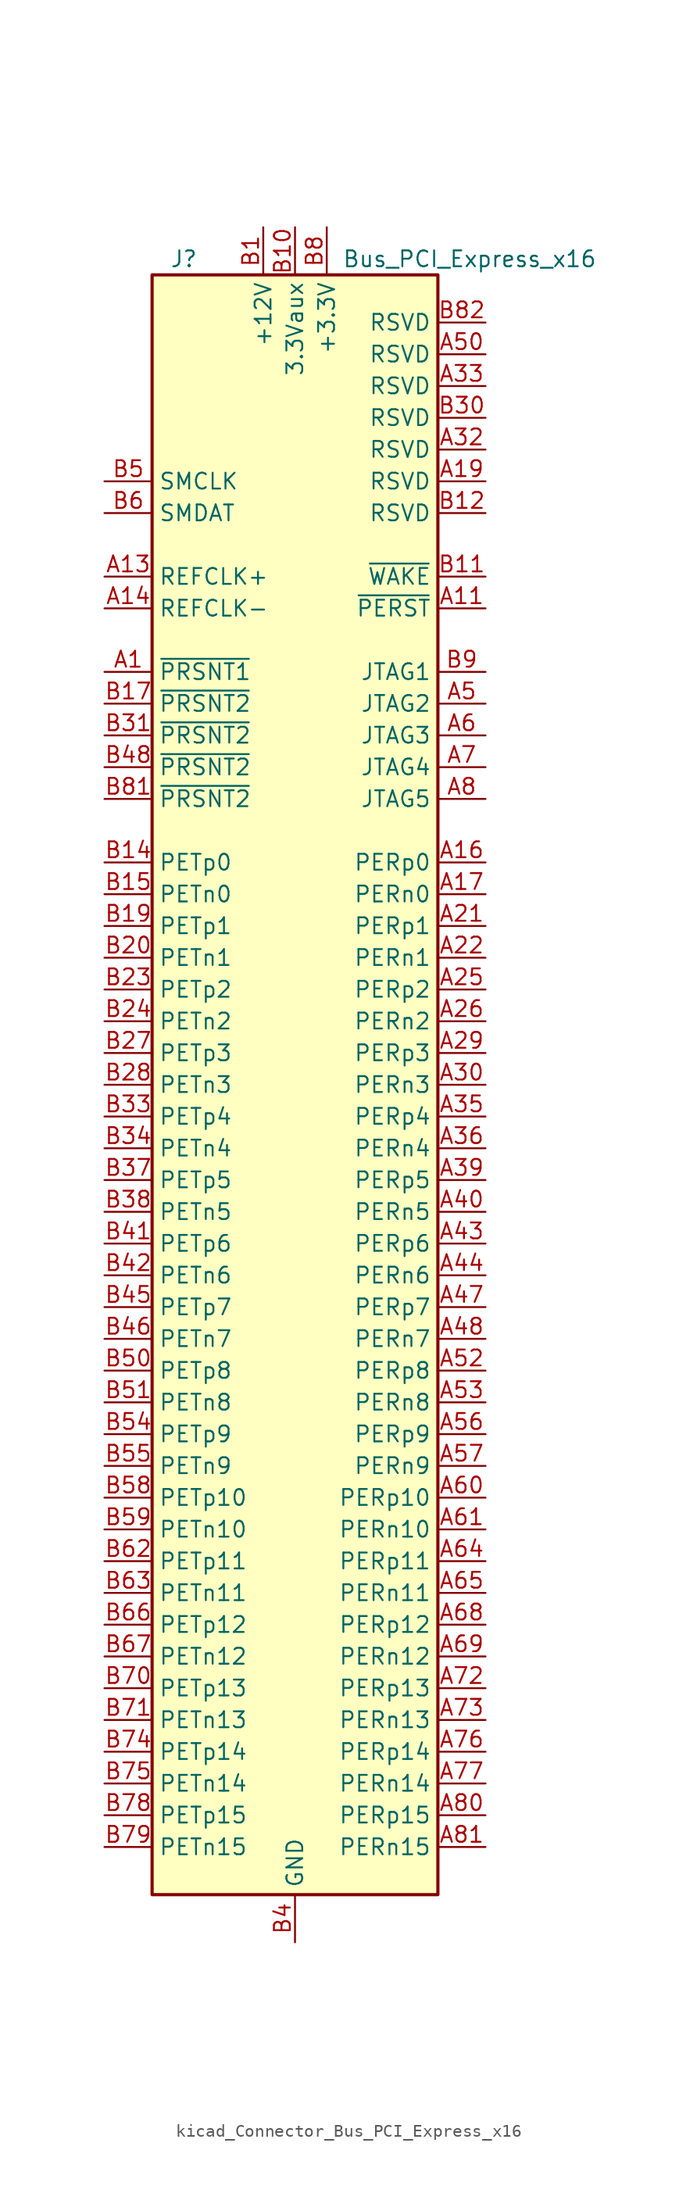
<source format=kicad_sym>
(kicad_symbol_lib
  (version 20220914)
  (generator kicad_symbol_editor)
  (symbol "kicad_Connector_Bus_PCI_Express_x16"
    (property "Reference" "J"
      (at -8.89 66.04 0)
      (effects (font (size 1.27 1.27))))
    (property "Value" "Bus_PCI_Express_x16"
      (at 13.97 66.04 0)
      (effects (font (size 1.27 1.27))))
    (symbol "kicad_Connector_Bus_PCI_Express_x16_0_1"
      (rectangle (start -11.43 64.77) (end 11.43 -64.77) (stroke (width 0.254) (type default)) (fill (type background))))
    (symbol "kicad_Connector_Bus_PCI_Express_x16_1_1"
      (pin passive line (at -15.24 33.02 0) (length 3.81) (name "~{PRSNT1}" (effects (font (size 1.27 1.27)))) (number "A1" (effects (font (size 1.27 1.27)))))
      (pin passive line (at 2.54 68.58 270) (length 3.81) hide (name "+3.3V" (effects (font (size 1.27 1.27)))) (number "A10" (effects (font (size 1.27 1.27)))))
      (pin input line (at 15.24 38.1 180) (length 3.81) (name "~{PERST}" (effects (font (size 1.27 1.27)))) (number "A11" (effects (font (size 1.27 1.27)))))
      (pin passive line (at 0 -68.58 90) (length 3.81) hide (name "GND" (effects (font (size 1.27 1.27)))) (number "A12" (effects (font (size 1.27 1.27)))))
      (pin input line (at -15.24 40.64 0) (length 3.81) (name "REFCLK+" (effects (font (size 1.27 1.27)))) (number "A13" (effects (font (size 1.27 1.27)))))
      (pin input line (at -15.24 38.1 0) (length 3.81) (name "REFCLK-" (effects (font (size 1.27 1.27)))) (number "A14" (effects (font (size 1.27 1.27)))))
      (pin passive line (at 0 -68.58 90) (length 3.81) hide (name "GND" (effects (font (size 1.27 1.27)))) (number "A15" (effects (font (size 1.27 1.27)))))
      (pin output line (at 15.24 17.78 180) (length 3.81) (name "PERp0" (effects (font (size 1.27 1.27)))) (number "A16" (effects (font (size 1.27 1.27)))))
      (pin output line (at 15.24 15.24 180) (length 3.81) (name "PERn0" (effects (font (size 1.27 1.27)))) (number "A17" (effects (font (size 1.27 1.27)))))
      (pin passive line (at 0 -68.58 90) (length 3.81) hide (name "GND" (effects (font (size 1.27 1.27)))) (number "A18" (effects (font (size 1.27 1.27)))))
      (pin passive line (at 15.24 48.26 180) (length 3.81) (name "RSVD" (effects (font (size 1.27 1.27)))) (number "A19" (effects (font (size 1.27 1.27)))))
      (pin passive line (at -2.54 68.58 270) (length 3.81) hide (name "+12V" (effects (font (size 1.27 1.27)))) (number "A2" (effects (font (size 1.27 1.27)))))
      (pin passive line (at 0 -68.58 90) (length 3.81) hide (name "GND" (effects (font (size 1.27 1.27)))) (number "A20" (effects (font (size 1.27 1.27)))))
      (pin output line (at 15.24 12.7 180) (length 3.81) (name "PERp1" (effects (font (size 1.27 1.27)))) (number "A21" (effects (font (size 1.27 1.27)))))
      (pin output line (at 15.24 10.16 180) (length 3.81) (name "PERn1" (effects (font (size 1.27 1.27)))) (number "A22" (effects (font (size 1.27 1.27)))))
      (pin passive line (at 0 -68.58 90) (length 3.81) hide (name "GND" (effects (font (size 1.27 1.27)))) (number "A23" (effects (font (size 1.27 1.27)))))
      (pin passive line (at 0 -68.58 90) (length 3.81) hide (name "GND" (effects (font (size 1.27 1.27)))) (number "A24" (effects (font (size 1.27 1.27)))))
      (pin output line (at 15.24 7.62 180) (length 3.81) (name "PERp2" (effects (font (size 1.27 1.27)))) (number "A25" (effects (font (size 1.27 1.27)))))
      (pin output line (at 15.24 5.08 180) (length 3.81) (name "PERn2" (effects (font (size 1.27 1.27)))) (number "A26" (effects (font (size 1.27 1.27)))))
      (pin passive line (at 0 -68.58 90) (length 3.81) hide (name "GND" (effects (font (size 1.27 1.27)))) (number "A27" (effects (font (size 1.27 1.27)))))
      (pin passive line (at 0 -68.58 90) (length 3.81) hide (name "GND" (effects (font (size 1.27 1.27)))) (number "A28" (effects (font (size 1.27 1.27)))))
      (pin output line (at 15.24 2.54 180) (length 3.81) (name "PERp3" (effects (font (size 1.27 1.27)))) (number "A29" (effects (font (size 1.27 1.27)))))
      (pin passive line (at -2.54 68.58 270) (length 3.81) hide (name "+12V" (effects (font (size 1.27 1.27)))) (number "A3" (effects (font (size 1.27 1.27)))))
      (pin output line (at 15.24 0 180) (length 3.81) (name "PERn3" (effects (font (size 1.27 1.27)))) (number "A30" (effects (font (size 1.27 1.27)))))
      (pin passive line (at 0 -68.58 90) (length 3.81) hide (name "GND" (effects (font (size 1.27 1.27)))) (number "A31" (effects (font (size 1.27 1.27)))))
      (pin passive line (at 15.24 50.8 180) (length 3.81) (name "RSVD" (effects (font (size 1.27 1.27)))) (number "A32" (effects (font (size 1.27 1.27)))))
      (pin passive line (at 15.24 55.88 180) (length 3.81) (name "RSVD" (effects (font (size 1.27 1.27)))) (number "A33" (effects (font (size 1.27 1.27)))))
      (pin passive line (at 0 -68.58 90) (length 3.81) hide (name "GND" (effects (font (size 1.27 1.27)))) (number "A34" (effects (font (size 1.27 1.27)))))
      (pin output line (at 15.24 -2.54 180) (length 3.81) (name "PERp4" (effects (font (size 1.27 1.27)))) (number "A35" (effects (font (size 1.27 1.27)))))
      (pin output line (at 15.24 -5.08 180) (length 3.81) (name "PERn4" (effects (font (size 1.27 1.27)))) (number "A36" (effects (font (size 1.27 1.27)))))
      (pin passive line (at 0 -68.58 90) (length 3.81) hide (name "GND" (effects (font (size 1.27 1.27)))) (number "A37" (effects (font (size 1.27 1.27)))))
      (pin passive line (at 0 -68.58 90) (length 3.81) hide (name "GND" (effects (font (size 1.27 1.27)))) (number "A38" (effects (font (size 1.27 1.27)))))
      (pin output line (at 15.24 -7.62 180) (length 3.81) (name "PERp5" (effects (font (size 1.27 1.27)))) (number "A39" (effects (font (size 1.27 1.27)))))
      (pin passive line (at 0 -68.58 90) (length 3.81) hide (name "GND" (effects (font (size 1.27 1.27)))) (number "A4" (effects (font (size 1.27 1.27)))))
      (pin output line (at 15.24 -10.16 180) (length 3.81) (name "PERn5" (effects (font (size 1.27 1.27)))) (number "A40" (effects (font (size 1.27 1.27)))))
      (pin passive line (at 0 -68.58 90) (length 3.81) hide (name "GND" (effects (font (size 1.27 1.27)))) (number "A41" (effects (font (size 1.27 1.27)))))
      (pin passive line (at 0 -68.58 90) (length 3.81) hide (name "GND" (effects (font (size 1.27 1.27)))) (number "A42" (effects (font (size 1.27 1.27)))))
      (pin output line (at 15.24 -12.7 180) (length 3.81) (name "PERp6" (effects (font (size 1.27 1.27)))) (number "A43" (effects (font (size 1.27 1.27)))))
      (pin output line (at 15.24 -15.24 180) (length 3.81) (name "PERn6" (effects (font (size 1.27 1.27)))) (number "A44" (effects (font (size 1.27 1.27)))))
      (pin passive line (at 0 -68.58 90) (length 3.81) hide (name "GND" (effects (font (size 1.27 1.27)))) (number "A45" (effects (font (size 1.27 1.27)))))
      (pin passive line (at 0 -68.58 90) (length 3.81) hide (name "GND" (effects (font (size 1.27 1.27)))) (number "A46" (effects (font (size 1.27 1.27)))))
      (pin output line (at 15.24 -17.78 180) (length 3.81) (name "PERp7" (effects (font (size 1.27 1.27)))) (number "A47" (effects (font (size 1.27 1.27)))))
      (pin output line (at 15.24 -20.32 180) (length 3.81) (name "PERn7" (effects (font (size 1.27 1.27)))) (number "A48" (effects (font (size 1.27 1.27)))))
      (pin passive line (at 0 -68.58 90) (length 3.81) hide (name "GND" (effects (font (size 1.27 1.27)))) (number "A49" (effects (font (size 1.27 1.27)))))
      (pin input line (at 15.24 30.48 180) (length 3.81) (name "JTAG2" (effects (font (size 1.27 1.27)))) (number "A5" (effects (font (size 1.27 1.27)))))
      (pin passive line (at 15.24 58.42 180) (length 3.81) (name "RSVD" (effects (font (size 1.27 1.27)))) (number "A50" (effects (font (size 1.27 1.27)))))
      (pin passive line (at 0 -68.58 90) (length 3.81) hide (name "GND" (effects (font (size 1.27 1.27)))) (number "A51" (effects (font (size 1.27 1.27)))))
      (pin output line (at 15.24 -22.86 180) (length 3.81) (name "PERp8" (effects (font (size 1.27 1.27)))) (number "A52" (effects (font (size 1.27 1.27)))))
      (pin output line (at 15.24 -25.4 180) (length 3.81) (name "PERn8" (effects (font (size 1.27 1.27)))) (number "A53" (effects (font (size 1.27 1.27)))))
      (pin passive line (at 0 -68.58 90) (length 3.81) hide (name "GND" (effects (font (size 1.27 1.27)))) (number "A54" (effects (font (size 1.27 1.27)))))
      (pin passive line (at 0 -68.58 90) (length 3.81) hide (name "GND" (effects (font (size 1.27 1.27)))) (number "A55" (effects (font (size 1.27 1.27)))))
      (pin output line (at 15.24 -27.94 180) (length 3.81) (name "PERp9" (effects (font (size 1.27 1.27)))) (number "A56" (effects (font (size 1.27 1.27)))))
      (pin output line (at 15.24 -30.48 180) (length 3.81) (name "PERn9" (effects (font (size 1.27 1.27)))) (number "A57" (effects (font (size 1.27 1.27)))))
      (pin passive line (at 0 -68.58 90) (length 3.81) hide (name "GND" (effects (font (size 1.27 1.27)))) (number "A58" (effects (font (size 1.27 1.27)))))
      (pin passive line (at 0 -68.58 90) (length 3.81) hide (name "GND" (effects (font (size 1.27 1.27)))) (number "A59" (effects (font (size 1.27 1.27)))))
      (pin input line (at 15.24 27.94 180) (length 3.81) (name "JTAG3" (effects (font (size 1.27 1.27)))) (number "A6" (effects (font (size 1.27 1.27)))))
      (pin output line (at 15.24 -33.02 180) (length 3.81) (name "PERp10" (effects (font (size 1.27 1.27)))) (number "A60" (effects (font (size 1.27 1.27)))))
      (pin output line (at 15.24 -35.56 180) (length 3.81) (name "PERn10" (effects (font (size 1.27 1.27)))) (number "A61" (effects (font (size 1.27 1.27)))))
      (pin passive line (at 0 -68.58 90) (length 3.81) hide (name "GND" (effects (font (size 1.27 1.27)))) (number "A62" (effects (font (size 1.27 1.27)))))
      (pin passive line (at 0 -68.58 90) (length 3.81) hide (name "GND" (effects (font (size 1.27 1.27)))) (number "A63" (effects (font (size 1.27 1.27)))))
      (pin output line (at 15.24 -38.1 180) (length 3.81) (name "PERp11" (effects (font (size 1.27 1.27)))) (number "A64" (effects (font (size 1.27 1.27)))))
      (pin output line (at 15.24 -40.64 180) (length 3.81) (name "PERn11" (effects (font (size 1.27 1.27)))) (number "A65" (effects (font (size 1.27 1.27)))))
      (pin passive line (at 0 -68.58 90) (length 3.81) hide (name "GND" (effects (font (size 1.27 1.27)))) (number "A66" (effects (font (size 1.27 1.27)))))
      (pin passive line (at 0 -68.58 90) (length 3.81) hide (name "GND" (effects (font (size 1.27 1.27)))) (number "A67" (effects (font (size 1.27 1.27)))))
      (pin output line (at 15.24 -43.18 180) (length 3.81) (name "PERp12" (effects (font (size 1.27 1.27)))) (number "A68" (effects (font (size 1.27 1.27)))))
      (pin output line (at 15.24 -45.72 180) (length 3.81) (name "PERn12" (effects (font (size 1.27 1.27)))) (number "A69" (effects (font (size 1.27 1.27)))))
      (pin output line (at 15.24 25.4 180) (length 3.81) (name "JTAG4" (effects (font (size 1.27 1.27)))) (number "A7" (effects (font (size 1.27 1.27)))))
      (pin passive line (at 0 -68.58 90) (length 3.81) hide (name "GND" (effects (font (size 1.27 1.27)))) (number "A70" (effects (font (size 1.27 1.27)))))
      (pin passive line (at 0 -68.58 90) (length 3.81) hide (name "GND" (effects (font (size 1.27 1.27)))) (number "A71" (effects (font (size 1.27 1.27)))))
      (pin output line (at 15.24 -48.26 180) (length 3.81) (name "PERp13" (effects (font (size 1.27 1.27)))) (number "A72" (effects (font (size 1.27 1.27)))))
      (pin output line (at 15.24 -50.8 180) (length 3.81) (name "PERn13" (effects (font (size 1.27 1.27)))) (number "A73" (effects (font (size 1.27 1.27)))))
      (pin passive line (at 0 -68.58 90) (length 3.81) hide (name "GND" (effects (font (size 1.27 1.27)))) (number "A74" (effects (font (size 1.27 1.27)))))
      (pin passive line (at 0 -68.58 90) (length 3.81) hide (name "GND" (effects (font (size 1.27 1.27)))) (number "A75" (effects (font (size 1.27 1.27)))))
      (pin output line (at 15.24 -53.34 180) (length 3.81) (name "PERp14" (effects (font (size 1.27 1.27)))) (number "A76" (effects (font (size 1.27 1.27)))))
      (pin output line (at 15.24 -55.88 180) (length 3.81) (name "PERn14" (effects (font (size 1.27 1.27)))) (number "A77" (effects (font (size 1.27 1.27)))))
      (pin passive line (at 0 -68.58 90) (length 3.81) hide (name "GND" (effects (font (size 1.27 1.27)))) (number "A78" (effects (font (size 1.27 1.27)))))
      (pin passive line (at 0 -68.58 90) (length 3.81) hide (name "GND" (effects (font (size 1.27 1.27)))) (number "A79" (effects (font (size 1.27 1.27)))))
      (pin input line (at 15.24 22.86 180) (length 3.81) (name "JTAG5" (effects (font (size 1.27 1.27)))) (number "A8" (effects (font (size 1.27 1.27)))))
      (pin output line (at 15.24 -58.42 180) (length 3.81) (name "PERp15" (effects (font (size 1.27 1.27)))) (number "A80" (effects (font (size 1.27 1.27)))))
      (pin output line (at 15.24 -60.96 180) (length 3.81) (name "PERn15" (effects (font (size 1.27 1.27)))) (number "A81" (effects (font (size 1.27 1.27)))))
      (pin passive line (at 0 -68.58 90) (length 3.81) hide (name "GND" (effects (font (size 1.27 1.27)))) (number "A82" (effects (font (size 1.27 1.27)))))
      (pin passive line (at 2.54 68.58 270) (length 3.81) hide (name "+3.3V" (effects (font (size 1.27 1.27)))) (number "A9" (effects (font (size 1.27 1.27)))))
      (pin power_in line (at -2.54 68.58 270) (length 3.81) (name "+12V" (effects (font (size 1.27 1.27)))) (number "B1" (effects (font (size 1.27 1.27)))))
      (pin power_in line (at 0 68.58 270) (length 3.81) (name "3.3Vaux" (effects (font (size 1.27 1.27)))) (number "B10" (effects (font (size 1.27 1.27)))))
      (pin open_collector line (at 15.24 40.64 180) (length 3.81) (name "~{WAKE}" (effects (font (size 1.27 1.27)))) (number "B11" (effects (font (size 1.27 1.27)))))
      (pin passive line (at 15.24 45.72 180) (length 3.81) (name "RSVD" (effects (font (size 1.27 1.27)))) (number "B12" (effects (font (size 1.27 1.27)))))
      (pin passive line (at 0 -68.58 90) (length 3.81) hide (name "GND" (effects (font (size 1.27 1.27)))) (number "B13" (effects (font (size 1.27 1.27)))))
      (pin input line (at -15.24 17.78 0) (length 3.81) (name "PETp0" (effects (font (size 1.27 1.27)))) (number "B14" (effects (font (size 1.27 1.27)))))
      (pin input line (at -15.24 15.24 0) (length 3.81) (name "PETn0" (effects (font (size 1.27 1.27)))) (number "B15" (effects (font (size 1.27 1.27)))))
      (pin passive line (at 0 -68.58 90) (length 3.81) hide (name "GND" (effects (font (size 1.27 1.27)))) (number "B16" (effects (font (size 1.27 1.27)))))
      (pin passive line (at -15.24 30.48 0) (length 3.81) (name "~{PRSNT2}" (effects (font (size 1.27 1.27)))) (number "B17" (effects (font (size 1.27 1.27)))))
      (pin passive line (at 0 -68.58 90) (length 3.81) hide (name "GND" (effects (font (size 1.27 1.27)))) (number "B18" (effects (font (size 1.27 1.27)))))
      (pin input line (at -15.24 12.7 0) (length 3.81) (name "PETp1" (effects (font (size 1.27 1.27)))) (number "B19" (effects (font (size 1.27 1.27)))))
      (pin passive line (at -2.54 68.58 270) (length 3.81) hide (name "+12V" (effects (font (size 1.27 1.27)))) (number "B2" (effects (font (size 1.27 1.27)))))
      (pin input line (at -15.24 10.16 0) (length 3.81) (name "PETn1" (effects (font (size 1.27 1.27)))) (number "B20" (effects (font (size 1.27 1.27)))))
      (pin passive line (at 0 -68.58 90) (length 3.81) hide (name "GND" (effects (font (size 1.27 1.27)))) (number "B21" (effects (font (size 1.27 1.27)))))
      (pin passive line (at 0 -68.58 90) (length 3.81) hide (name "GND" (effects (font (size 1.27 1.27)))) (number "B22" (effects (font (size 1.27 1.27)))))
      (pin input line (at -15.24 7.62 0) (length 3.81) (name "PETp2" (effects (font (size 1.27 1.27)))) (number "B23" (effects (font (size 1.27 1.27)))))
      (pin input line (at -15.24 5.08 0) (length 3.81) (name "PETn2" (effects (font (size 1.27 1.27)))) (number "B24" (effects (font (size 1.27 1.27)))))
      (pin passive line (at 0 -68.58 90) (length 3.81) hide (name "GND" (effects (font (size 1.27 1.27)))) (number "B25" (effects (font (size 1.27 1.27)))))
      (pin passive line (at 0 -68.58 90) (length 3.81) hide (name "GND" (effects (font (size 1.27 1.27)))) (number "B26" (effects (font (size 1.27 1.27)))))
      (pin input line (at -15.24 2.54 0) (length 3.81) (name "PETp3" (effects (font (size 1.27 1.27)))) (number "B27" (effects (font (size 1.27 1.27)))))
      (pin input line (at -15.24 0 0) (length 3.81) (name "PETn3" (effects (font (size 1.27 1.27)))) (number "B28" (effects (font (size 1.27 1.27)))))
      (pin passive line (at 0 -68.58 90) (length 3.81) hide (name "GND" (effects (font (size 1.27 1.27)))) (number "B29" (effects (font (size 1.27 1.27)))))
      (pin passive line (at -2.54 68.58 270) (length 3.81) hide (name "+12V" (effects (font (size 1.27 1.27)))) (number "B3" (effects (font (size 1.27 1.27)))))
      (pin passive line (at 15.24 53.34 180) (length 3.81) (name "RSVD" (effects (font (size 1.27 1.27)))) (number "B30" (effects (font (size 1.27 1.27)))))
      (pin passive line (at -15.24 27.94 0) (length 3.81) (name "~{PRSNT2}" (effects (font (size 1.27 1.27)))) (number "B31" (effects (font (size 1.27 1.27)))))
      (pin passive line (at 0 -68.58 90) (length 3.81) hide (name "GND" (effects (font (size 1.27 1.27)))) (number "B32" (effects (font (size 1.27 1.27)))))
      (pin input line (at -15.24 -2.54 0) (length 3.81) (name "PETp4" (effects (font (size 1.27 1.27)))) (number "B33" (effects (font (size 1.27 1.27)))))
      (pin input line (at -15.24 -5.08 0) (length 3.81) (name "PETn4" (effects (font (size 1.27 1.27)))) (number "B34" (effects (font (size 1.27 1.27)))))
      (pin passive line (at 0 -68.58 90) (length 3.81) hide (name "GND" (effects (font (size 1.27 1.27)))) (number "B35" (effects (font (size 1.27 1.27)))))
      (pin passive line (at 0 -68.58 90) (length 3.81) hide (name "GND" (effects (font (size 1.27 1.27)))) (number "B36" (effects (font (size 1.27 1.27)))))
      (pin input line (at -15.24 -7.62 0) (length 3.81) (name "PETp5" (effects (font (size 1.27 1.27)))) (number "B37" (effects (font (size 1.27 1.27)))))
      (pin input line (at -15.24 -10.16 0) (length 3.81) (name "PETn5" (effects (font (size 1.27 1.27)))) (number "B38" (effects (font (size 1.27 1.27)))))
      (pin passive line (at 0 -68.58 90) (length 3.81) hide (name "GND" (effects (font (size 1.27 1.27)))) (number "B39" (effects (font (size 1.27 1.27)))))
      (pin power_in line (at 0 -68.58 90) (length 3.81) (name "GND" (effects (font (size 1.27 1.27)))) (number "B4" (effects (font (size 1.27 1.27)))))
      (pin passive line (at 0 -68.58 90) (length 3.81) hide (name "GND" (effects (font (size 1.27 1.27)))) (number "B40" (effects (font (size 1.27 1.27)))))
      (pin input line (at -15.24 -12.7 0) (length 3.81) (name "PETp6" (effects (font (size 1.27 1.27)))) (number "B41" (effects (font (size 1.27 1.27)))))
      (pin input line (at -15.24 -15.24 0) (length 3.81) (name "PETn6" (effects (font (size 1.27 1.27)))) (number "B42" (effects (font (size 1.27 1.27)))))
      (pin passive line (at 0 -68.58 90) (length 3.81) hide (name "GND" (effects (font (size 1.27 1.27)))) (number "B43" (effects (font (size 1.27 1.27)))))
      (pin passive line (at 0 -68.58 90) (length 3.81) hide (name "GND" (effects (font (size 1.27 1.27)))) (number "B44" (effects (font (size 1.27 1.27)))))
      (pin input line (at -15.24 -17.78 0) (length 3.81) (name "PETp7" (effects (font (size 1.27 1.27)))) (number "B45" (effects (font (size 1.27 1.27)))))
      (pin input line (at -15.24 -20.32 0) (length 3.81) (name "PETn7" (effects (font (size 1.27 1.27)))) (number "B46" (effects (font (size 1.27 1.27)))))
      (pin passive line (at 0 -68.58 90) (length 3.81) hide (name "GND" (effects (font (size 1.27 1.27)))) (number "B47" (effects (font (size 1.27 1.27)))))
      (pin passive line (at -15.24 25.4 0) (length 3.81) (name "~{PRSNT2}" (effects (font (size 1.27 1.27)))) (number "B48" (effects (font (size 1.27 1.27)))))
      (pin passive line (at 0 -68.58 90) (length 3.81) hide (name "GND" (effects (font (size 1.27 1.27)))) (number "B49" (effects (font (size 1.27 1.27)))))
      (pin input line (at -15.24 48.26 0) (length 3.81) (name "SMCLK" (effects (font (size 1.27 1.27)))) (number "B5" (effects (font (size 1.27 1.27)))))
      (pin input line (at -15.24 -22.86 0) (length 3.81) (name "PETp8" (effects (font (size 1.27 1.27)))) (number "B50" (effects (font (size 1.27 1.27)))))
      (pin input line (at -15.24 -25.4 0) (length 3.81) (name "PETn8" (effects (font (size 1.27 1.27)))) (number "B51" (effects (font (size 1.27 1.27)))))
      (pin passive line (at 0 -68.58 90) (length 3.81) hide (name "GND" (effects (font (size 1.27 1.27)))) (number "B52" (effects (font (size 1.27 1.27)))))
      (pin passive line (at 0 -68.58 90) (length 3.81) hide (name "GND" (effects (font (size 1.27 1.27)))) (number "B53" (effects (font (size 1.27 1.27)))))
      (pin input line (at -15.24 -27.94 0) (length 3.81) (name "PETp9" (effects (font (size 1.27 1.27)))) (number "B54" (effects (font (size 1.27 1.27)))))
      (pin input line (at -15.24 -30.48 0) (length 3.81) (name "PETn9" (effects (font (size 1.27 1.27)))) (number "B55" (effects (font (size 1.27 1.27)))))
      (pin passive line (at 0 -68.58 90) (length 3.81) hide (name "GND" (effects (font (size 1.27 1.27)))) (number "B56" (effects (font (size 1.27 1.27)))))
      (pin passive line (at 0 -68.58 90) (length 3.81) hide (name "GND" (effects (font (size 1.27 1.27)))) (number "B57" (effects (font (size 1.27 1.27)))))
      (pin input line (at -15.24 -33.02 0) (length 3.81) (name "PETp10" (effects (font (size 1.27 1.27)))) (number "B58" (effects (font (size 1.27 1.27)))))
      (pin input line (at -15.24 -35.56 0) (length 3.81) (name "PETn10" (effects (font (size 1.27 1.27)))) (number "B59" (effects (font (size 1.27 1.27)))))
      (pin bidirectional line (at -15.24 45.72 0) (length 3.81) (name "SMDAT" (effects (font (size 1.27 1.27)))) (number "B6" (effects (font (size 1.27 1.27)))))
      (pin passive line (at 0 -68.58 90) (length 3.81) hide (name "GND" (effects (font (size 1.27 1.27)))) (number "B60" (effects (font (size 1.27 1.27)))))
      (pin passive line (at 0 -68.58 90) (length 3.81) hide (name "GND" (effects (font (size 1.27 1.27)))) (number "B61" (effects (font (size 1.27 1.27)))))
      (pin input line (at -15.24 -38.1 0) (length 3.81) (name "PETp11" (effects (font (size 1.27 1.27)))) (number "B62" (effects (font (size 1.27 1.27)))))
      (pin input line (at -15.24 -40.64 0) (length 3.81) (name "PETn11" (effects (font (size 1.27 1.27)))) (number "B63" (effects (font (size 1.27 1.27)))))
      (pin passive line (at 0 -68.58 90) (length 3.81) hide (name "GND" (effects (font (size 1.27 1.27)))) (number "B64" (effects (font (size 1.27 1.27)))))
      (pin passive line (at 0 -68.58 90) (length 3.81) hide (name "GND" (effects (font (size 1.27 1.27)))) (number "B65" (effects (font (size 1.27 1.27)))))
      (pin input line (at -15.24 -43.18 0) (length 3.81) (name "PETp12" (effects (font (size 1.27 1.27)))) (number "B66" (effects (font (size 1.27 1.27)))))
      (pin input line (at -15.24 -45.72 0) (length 3.81) (name "PETn12" (effects (font (size 1.27 1.27)))) (number "B67" (effects (font (size 1.27 1.27)))))
      (pin passive line (at 0 -68.58 90) (length 3.81) hide (name "GND" (effects (font (size 1.27 1.27)))) (number "B68" (effects (font (size 1.27 1.27)))))
      (pin passive line (at 0 -68.58 90) (length 3.81) hide (name "GND" (effects (font (size 1.27 1.27)))) (number "B69" (effects (font (size 1.27 1.27)))))
      (pin passive line (at 0 -68.58 90) (length 3.81) hide (name "GND" (effects (font (size 1.27 1.27)))) (number "B7" (effects (font (size 1.27 1.27)))))
      (pin input line (at -15.24 -48.26 0) (length 3.81) (name "PETp13" (effects (font (size 1.27 1.27)))) (number "B70" (effects (font (size 1.27 1.27)))))
      (pin input line (at -15.24 -50.8 0) (length 3.81) (name "PETn13" (effects (font (size 1.27 1.27)))) (number "B71" (effects (font (size 1.27 1.27)))))
      (pin passive line (at 0 -68.58 90) (length 3.81) hide (name "GND" (effects (font (size 1.27 1.27)))) (number "B72" (effects (font (size 1.27 1.27)))))
      (pin passive line (at 0 -68.58 90) (length 3.81) hide (name "GND" (effects (font (size 1.27 1.27)))) (number "B73" (effects (font (size 1.27 1.27)))))
      (pin input line (at -15.24 -53.34 0) (length 3.81) (name "PETp14" (effects (font (size 1.27 1.27)))) (number "B74" (effects (font (size 1.27 1.27)))))
      (pin input line (at -15.24 -55.88 0) (length 3.81) (name "PETn14" (effects (font (size 1.27 1.27)))) (number "B75" (effects (font (size 1.27 1.27)))))
      (pin passive line (at 0 -68.58 90) (length 3.81) hide (name "GND" (effects (font (size 1.27 1.27)))) (number "B76" (effects (font (size 1.27 1.27)))))
      (pin passive line (at 0 -68.58 90) (length 3.81) hide (name "GND" (effects (font (size 1.27 1.27)))) (number "B77" (effects (font (size 1.27 1.27)))))
      (pin input line (at -15.24 -58.42 0) (length 3.81) (name "PETp15" (effects (font (size 1.27 1.27)))) (number "B78" (effects (font (size 1.27 1.27)))))
      (pin input line (at -15.24 -60.96 0) (length 3.81) (name "PETn15" (effects (font (size 1.27 1.27)))) (number "B79" (effects (font (size 1.27 1.27)))))
      (pin power_in line (at 2.54 68.58 270) (length 3.81) (name "+3.3V" (effects (font (size 1.27 1.27)))) (number "B8" (effects (font (size 1.27 1.27)))))
      (pin passive line (at 0 -68.58 90) (length 3.81) hide (name "GND" (effects (font (size 1.27 1.27)))) (number "B80" (effects (font (size 1.27 1.27)))))
      (pin passive line (at -15.24 22.86 0) (length 3.81) (name "~{PRSNT2}" (effects (font (size 1.27 1.27)))) (number "B81" (effects (font (size 1.27 1.27)))))
      (pin passive line (at 15.24 60.96 180) (length 3.81) (name "RSVD" (effects (font (size 1.27 1.27)))) (number "B82" (effects (font (size 1.27 1.27)))))
      (pin input line (at 15.24 33.02 180) (length 3.81) (name "JTAG1" (effects (font (size 1.27 1.27)))) (number "B9" (effects (font (size 1.27 1.27))))))))
</source>
